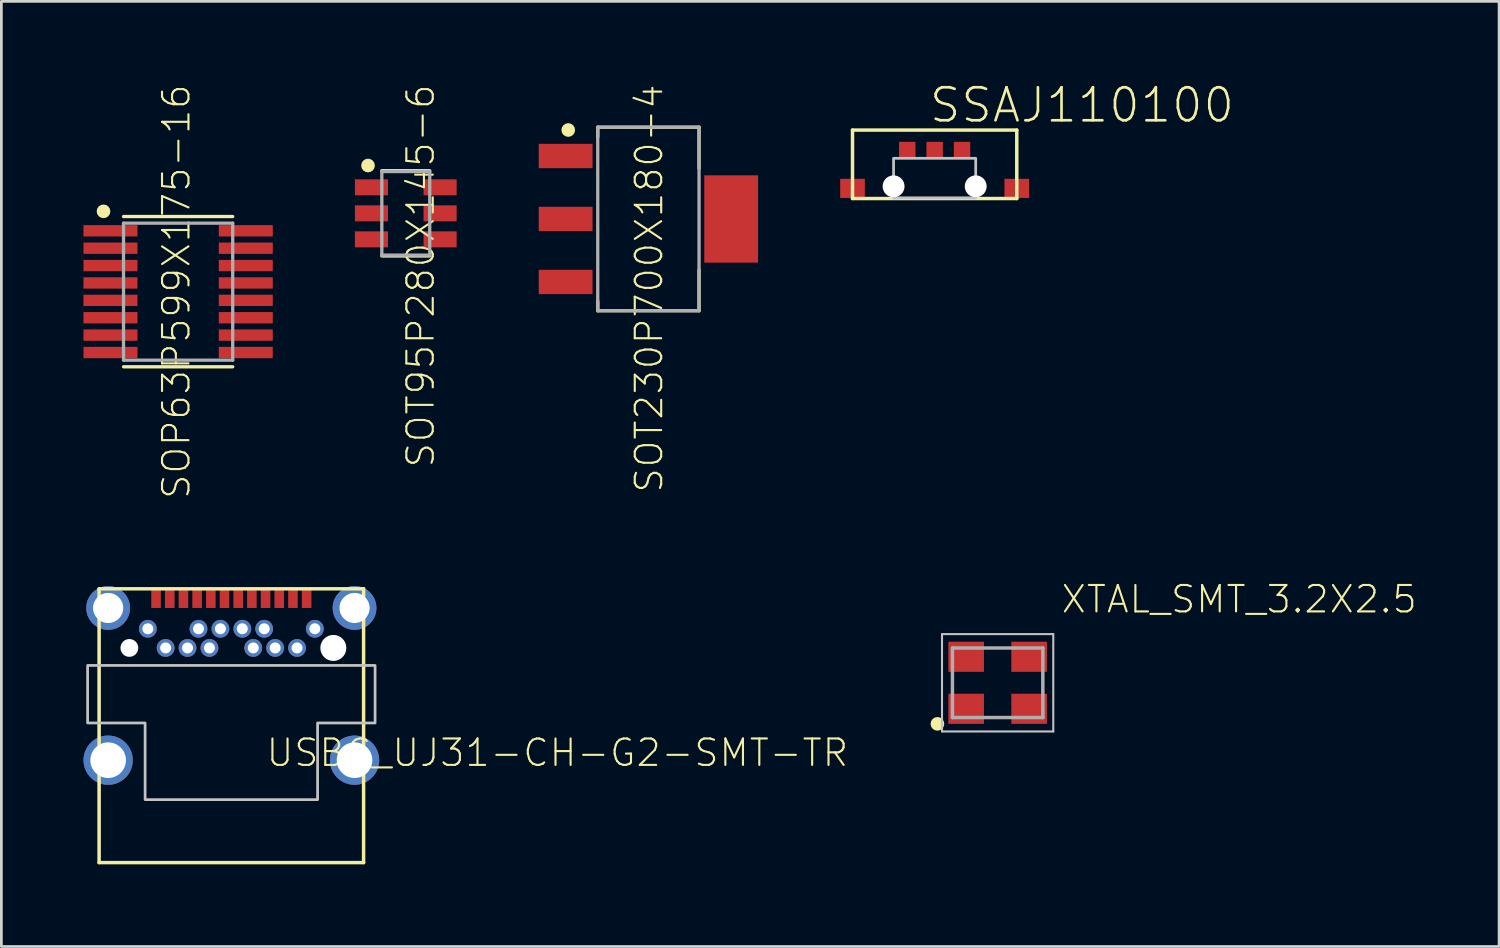
<source format=kicad_pcb>
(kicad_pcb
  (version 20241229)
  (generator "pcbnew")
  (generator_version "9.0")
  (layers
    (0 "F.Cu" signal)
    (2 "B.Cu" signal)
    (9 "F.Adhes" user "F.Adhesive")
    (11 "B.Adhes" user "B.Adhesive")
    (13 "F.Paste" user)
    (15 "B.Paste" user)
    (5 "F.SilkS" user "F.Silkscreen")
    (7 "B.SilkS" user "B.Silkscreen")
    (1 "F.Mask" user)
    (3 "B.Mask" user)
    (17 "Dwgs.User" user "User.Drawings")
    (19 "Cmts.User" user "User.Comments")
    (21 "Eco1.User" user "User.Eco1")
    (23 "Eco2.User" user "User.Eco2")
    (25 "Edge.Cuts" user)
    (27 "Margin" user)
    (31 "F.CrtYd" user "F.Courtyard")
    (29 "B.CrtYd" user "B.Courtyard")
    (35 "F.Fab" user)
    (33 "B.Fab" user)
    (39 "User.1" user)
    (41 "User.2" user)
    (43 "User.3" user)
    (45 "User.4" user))
  (footprint "SOP63P599X175-16"
    (layer "F.Cu")
    (at 3.456 7.603)
    (property "Reference" "SOP63P599X175-16" (at 0.499 0 270) (layer "F.SilkS") (effects (font (size 0.965 0.965) (thickness 0.077)) (justify bottom)))
    (attr through_hole)
    (fp_line (start -1.994 -2.744) (end 1.994 -2.744) (stroke (width 0.12) (type solid)) (layer "F.SilkS"))
    (fp_line (start -1.994 2.744) (end 1.994 2.744) (stroke (width 0.12) (type solid)) (layer "F.SilkS"))
    (fp_circle (center -2.725 -2.934) (end -2.6 -2.934) (stroke (width 0.25) (type solid)) (fill no) (layer "F.SilkS"))
    (fp_line (start -1.994 -2.502) (end 1.994 -2.502) (stroke (width 0.12) (type solid)) (layer "F.Fab"))
    (fp_line (start -1.994 2.502) (end -1.994 -2.502) (stroke (width 0.12) (type solid)) (layer "F.Fab"))
    (fp_line (start 1.994 -2.502) (end 1.994 2.502) (stroke (width 0.12) (type solid)) (layer "F.Fab"))
    (fp_line (start 1.994 2.502) (end -1.994 2.502) (stroke (width 0.12) (type solid)) (layer "F.Fab"))
    (pad "1" smd rect (at -2.471 -2.223) (size 1.972 0.414) (layers "F.Cu" "F.Mask" "F.Paste"))
    (pad "2" smd rect (at -2.471 -1.587) (size 1.972 0.414) (layers "F.Cu" "F.Mask" "F.Paste"))
    (pad "3" smd rect (at -2.471 -0.953) (size 1.972 0.414) (layers "F.Cu" "F.Mask" "F.Paste"))
    (pad "4" smd rect (at -2.471 -0.318) (size 1.972 0.414) (layers "F.Cu" "F.Mask" "F.Paste"))
    (pad "5" smd rect (at -2.471 0.318) (size 1.972 0.414) (layers "F.Cu" "F.Mask" "F.Paste"))
    (pad "6" smd rect (at -2.471 0.953) (size 1.972 0.414) (layers "F.Cu" "F.Mask" "F.Paste"))
    (pad "7" smd rect (at -2.471 1.587) (size 1.972 0.414) (layers "F.Cu" "F.Mask" "F.Paste"))
    (pad "8" smd rect (at -2.471 2.223) (size 1.972 0.414) (layers "F.Cu" "F.Mask" "F.Paste"))
    (pad "9" smd rect (at 2.471 2.223) (size 1.972 0.414) (layers "F.Cu" "F.Mask" "F.Paste"))
    (pad "10" smd rect (at 2.471 1.587) (size 1.972 0.414) (layers "F.Cu" "F.Mask" "F.Paste"))
    (pad "11" smd rect (at 2.471 0.953) (size 1.972 0.414) (layers "F.Cu" "F.Mask" "F.Paste"))
    (pad "12" smd rect (at 2.471 0.318) (size 1.972 0.414) (layers "F.Cu" "F.Mask" "F.Paste"))
    (pad "13" smd rect (at 2.471 -0.318) (size 1.972 0.414) (layers "F.Cu" "F.Mask" "F.Paste"))
    (pad "14" smd rect (at 2.471 -0.953) (size 1.972 0.414) (layers "F.Cu" "F.Mask" "F.Paste"))
    (pad "15" smd rect (at 2.471 -1.587) (size 1.972 0.414) (layers "F.Cu" "F.Mask" "F.Paste"))
    (pad "16" smd rect (at 2.471 -2.223) (size 1.972 0.414) (layers "F.Cu" "F.Mask" "F.Paste")))
  (footprint "SOT230P700X180-4"
    (layer "F.Cu")
    (at 20.633 4.948)
    (property "Reference" "SOT230P700X180-4" (at 0.589 2.54 270) (layer "F.SilkS") (effects (font (size 0.965 0.965) (thickness 0.077)) (justify bottom)))
    (attr through_hole)
    (fp_line (start -1.85 -3.35) (end 1.85 -3.35) (stroke (width 0.12) (type solid)) (layer "F.SilkS"))
    (fp_line (start -1.85 -2.999) (end -1.85 -3.35) (stroke (width 0.12) (type solid)) (layer "F.SilkS"))
    (fp_line (start -1.85 2.999) (end -1.85 3.35) (stroke (width 0.12) (type solid)) (layer "F.SilkS"))
    (fp_line (start -1.85 3.35) (end 1.85 3.35) (stroke (width 0.12) (type solid)) (layer "F.SilkS"))
    (fp_line (start 1.85 -3.35) (end 1.85 -1.849) (stroke (width 0.12) (type solid)) (layer "F.SilkS"))
    (fp_line (start 1.85 3.35) (end 1.85 1.849) (stroke (width 0.12) (type solid)) (layer "F.SilkS"))
    (fp_circle (center -2.928 -3.249) (end -2.803 -3.249) (stroke (width 0.25) (type solid)) (fill no) (layer "F.SilkS"))
    (fp_line (start -1.85 -3.35) (end 1.85 -3.35) (stroke (width 0.12) (type solid)) (layer "F.Fab"))
    (fp_line (start -1.85 3.35) (end -1.85 -3.35) (stroke (width 0.12) (type solid)) (layer "F.Fab"))
    (fp_line (start 1.85 -3.35) (end 1.85 3.35) (stroke (width 0.12) (type solid)) (layer "F.Fab"))
    (fp_line (start 1.85 3.35) (end -1.85 3.35) (stroke (width 0.12) (type solid)) (layer "F.Fab"))
    (pad "1" smd rect (at -3.023 -2.3) (size 1.965 0.889) (layers "F.Cu" "F.Mask" "F.Paste"))
    (pad "2" smd rect (at -3.023 0) (size 1.965 0.889) (layers "F.Cu" "F.Mask" "F.Paste"))
    (pad "3" smd rect (at -3.023 2.3) (size 1.965 0.889) (layers "F.Cu" "F.Mask" "F.Paste"))
    (pad "4" smd rect (at 3.023 0) (size 1.965 3.189) (layers "F.Cu" "F.Mask" "F.Paste")))
  (footprint "USBC_UJ31-CH-G2-SMT-TR"
    (layer "F.Cu")
    (at 5.4 18.456)
    (property "Reference" "USBC_UJ31-CH-G2-SMT-TR" (at 1.22 6.554 180) (layer "F.SilkS") (effects (font (size 0.965 0.965) (thickness 0.077)) (justify left bottom)))
    (attr through_hole)
    (fp_line (start -4.83 0) (end 4.83 0) (stroke (width 0.127) (type solid)) (layer "F.SilkS"))
    (fp_line (start -4.83 10) (end -4.83 0) (stroke (width 0.127) (type solid)) (layer "F.SilkS"))
    (fp_line (start 4.83 0) (end 4.83 10) (stroke (width 0.127) (type solid)) (layer "F.SilkS"))
    (fp_line (start 4.83 10) (end -4.83 10) (stroke (width 0.127) (type solid)) (layer "F.SilkS"))
    (fp_poly (pts (xy -5.25 2.8) (xy 5.25 2.8) (xy 5.25 4.9) (xy 3.15 4.9) (xy 3.15 7.7) (xy -3.15 7.7) (xy -3.15 4.9) (xy -5.25 4.9)) (stroke (width 0.1) (type solid)) (fill no) (layer "Dwgs.User"))
    (pad "" np_thru_hole circle (at -3.725 2.16) (size 0.65 0.65) (drill 0.65) (layers "*.Cu" "*.Mask"))
    (pad "" np_thru_hole circle (at 3.725 2.16) (size 0.95 0.95) (drill 0.95) (layers "*.Cu" "*.Mask"))
    (pad "A1" smd rect (at -2.75 0.35) (size 0.35 0.7) (layers "F.Cu" "F.Mask" "F.Paste"))
    (pad "A2" smd rect (at -2.25 0.35) (size 0.35 0.7) (layers "F.Cu" "F.Mask" "F.Paste"))
    (pad "A3" smd rect (at -1.75 0.35) (size 0.35 0.7) (layers "F.Cu" "F.Mask" "F.Paste"))
    (pad "A4" smd rect (at -1.25 0.35) (size 0.35 0.7) (layers "F.Cu" "F.Mask" "F.Paste"))
    (pad "A5" smd rect (at -0.75 0.35) (size 0.35 0.7) (layers "F.Cu" "F.Mask" "F.Paste"))
    (pad "A6" smd rect (at -0.25 0.35) (size 0.35 0.7) (layers "F.Cu" "F.Mask" "F.Paste"))
    (pad "A7" smd rect (at 0.25 0.35) (size 0.35 0.7) (layers "F.Cu" "F.Mask" "F.Paste"))
    (pad "A8" smd rect (at 0.75 0.35) (size 0.35 0.7) (layers "F.Cu" "F.Mask" "F.Paste"))
    (pad "A9" smd rect (at 1.25 0.35) (size 0.35 0.7) (layers "F.Cu" "F.Mask" "F.Paste"))
    (pad "A10" smd rect (at 1.75 0.35) (size 0.35 0.7) (layers "F.Cu" "F.Mask" "F.Paste"))
    (pad "A11" smd rect (at 2.25 0.35) (size 0.35 0.7) (layers "F.Cu" "F.Mask" "F.Paste"))
    (pad "A12" smd rect (at 2.75 0.35) (size 0.35 0.7) (layers "F.Cu" "F.Mask" "F.Paste"))
    (pad "B1" thru_hole circle (at 3.05 1.46) (size 0.65 0.65) (drill 0.4) (layers "*.Cu" "*.Mask"))
    (pad "B2" thru_hole circle (at 2.4 2.16) (size 0.65 0.65) (drill 0.4) (layers "*.Cu" "*.Mask"))
    (pad "B3" thru_hole circle (at 1.6 2.16) (size 0.65 0.65) (drill 0.4) (layers "*.Cu" "*.Mask"))
    (pad "B4" thru_hole circle (at 1.2 1.46) (size 0.65 0.65) (drill 0.4) (layers "*.Cu" "*.Mask"))
    (pad "B5" thru_hole circle (at 0.8 2.16) (size 0.65 0.65) (drill 0.4) (layers "*.Cu" "*.Mask"))
    (pad "B6" thru_hole circle (at 0.4 1.46) (size 0.65 0.65) (drill 0.4) (layers "*.Cu" "*.Mask"))
    (pad "B7" thru_hole circle (at -0.4 1.46) (size 0.65 0.65) (drill 0.4) (layers "*.Cu" "*.Mask"))
    (pad "B8" thru_hole circle (at -0.8 2.16) (size 0.65 0.65) (drill 0.4) (layers "*.Cu" "*.Mask"))
    (pad "B9" thru_hole circle (at -1.2 1.46) (size 0.65 0.65) (drill 0.4) (layers "*.Cu" "*.Mask"))
    (pad "B10" thru_hole circle (at -1.6 2.16) (size 0.65 0.65) (drill 0.4) (layers "*.Cu" "*.Mask"))
    (pad "B11" thru_hole circle (at -2.4 2.16) (size 0.65 0.65) (drill 0.4) (layers "*.Cu" "*.Mask"))
    (pad "B12" thru_hole circle (at -3.05 1.46) (size 0.65 0.65) (drill 0.4) (layers "*.Cu" "*.Mask"))
    (pad "SHD$1" thru_hole circle (at -4.5 0.7 90) (size 1.6 1.6) (drill 1.1) (layers "*.Cu" "*.Mask"))
    (pad "SHD$2" thru_hole circle (at -4.5 6.26) (size 1.8 1.8) (drill 1.3) (layers "*.Cu" "*.Mask"))
    (pad "SHD$3" thru_hole circle (at 4.5 0.7 90) (size 1.6 1.6) (drill 1.1) (layers "*.Cu" "*.Mask"))
    (pad "SHD$4" thru_hole circle (at 4.5 6.26) (size 1.8 1.8) (drill 1.3) (layers "*.Cu" "*.Mask")))
  (footprint "SSAJ110100"
    (layer "F.Cu")
    (at 31.088 3.701)
    (property "Reference" "SSAJ110100" (at -0.254 -2.205 180) (layer "F.SilkS") (effects (font (size 1.206 1.206) (thickness 0.097)) (justify left bottom)))
    (attr through_hole)
    (fp_line (start -3 -2) (end 3 -2) (stroke (width 0.127) (type solid)) (layer "F.SilkS"))
    (fp_line (start -3 0.5) (end -3 -2) (stroke (width 0.127) (type solid)) (layer "F.SilkS"))
    (fp_line (start 3 -2) (end 3 0.5) (stroke (width 0.127) (type solid)) (layer "F.SilkS"))
    (fp_line (start 3 0.5) (end -3 0.5) (stroke (width 0.127) (type solid)) (layer "F.SilkS"))
    (fp_poly (pts (xy -1.5 0.48) (xy 1.5 0.48) (xy 1.5 -0.97) (xy -1.5 -0.97)) (stroke (width 0.1) (type solid)) (fill no) (layer "Dwgs.User"))
    (pad "" np_thru_hole circle (at -1.5 0.055) (size 0.8 0.8) (drill 0.8) (layers "*.Cu" "*.Mask"))
    (pad "" np_thru_hole circle (at 1.5 0.055) (size 0.8 0.8) (drill 0.8) (layers "*.Cu" "*.Mask"))
    (pad "1" smd rect (at 1 -1.27) (size 0.6 0.6) (layers "F.Cu" "F.Mask" "F.Paste"))
    (pad "2" smd rect (at -1 -1.27) (size 0.6 0.6) (layers "F.Cu" "F.Mask" "F.Paste"))
    (pad "C" smd rect (at 0 -1.27) (size 0.6 0.6) (layers "F.Cu" "F.Mask" "F.Paste"))
    (pad "NC1" smd rect (at -3 0.13) (size 0.9 0.7) (layers "F.Cu" "F.Mask" "F.Paste"))
    (pad "NC2" smd rect (at 3 0.13) (size 0.9 0.7) (layers "F.Cu" "F.Mask" "F.Paste")))
  (footprint "XTAL_SMT_3.2X2.5"
    (layer "F.Cu")
    (at 33.389 21.889)
    (property "Reference" "XTAL_SMT_3.2X2.5" (at 2.27 -2.486 0) (layer "F.SilkS") (effects (font (size 0.965 0.965) (thickness 0.077)) (justify left bottom)))
    (attr through_hole)
    (fp_circle (center -2.2 1.5) (end -2.075 1.5) (stroke (width 0.25) (type solid)) (fill no) (layer "F.SilkS"))
    (fp_line (start -2.032 -1.778) (end 2.032 -1.778) (stroke (width 0.076) (type solid)) (layer "Dwgs.User"))
    (fp_line (start -2.032 1.778) (end -2.032 -1.778) (stroke (width 0.076) (type solid)) (layer "Dwgs.User"))
    (fp_line (start 2.032 -1.778) (end 2.032 1.778) (stroke (width 0.076) (type solid)) (layer "Dwgs.User"))
    (fp_line (start 2.032 1.778) (end -2.032 1.778) (stroke (width 0.076) (type solid)) (layer "Dwgs.User"))
    (fp_line (start -1.651 -1.27) (end 1.651 -1.27) (stroke (width 0.127) (type solid)) (layer "F.Fab"))
    (fp_line (start -1.651 1.27) (end -1.651 -1.27) (stroke (width 0.127) (type solid)) (layer "F.Fab"))
    (fp_line (start 1.651 -1.27) (end 1.651 1.27) (stroke (width 0.127) (type solid)) (layer "F.Fab"))
    (fp_line (start 1.651 1.27) (end -1.651 1.27) (stroke (width 0.127) (type solid)) (layer "F.Fab"))
    (pad "1" smd rect (at -1.15 0.95) (size 1.3 1.1) (layers "F.Cu" "F.Mask" "F.Paste"))
    (pad "2" smd rect (at 1.15 0.95) (size 1.3 1.1) (layers "F.Cu" "F.Mask" "F.Paste"))
    (pad "3" smd rect (at 1.15 -0.95) (size 1.3 1.1) (layers "F.Cu" "F.Mask" "F.Paste"))
    (pad "4" smd rect (at -1.15 -0.95) (size 1.3 1.1) (layers "F.Cu" "F.Mask" "F.Paste")))
  (footprint "SOT95P280X145-6"
    (layer "F.Cu")
    (at 11.771 4.742)
    (property "Reference" "SOT95P280X145-6" (at 1.107 2.286 270) (layer "F.SilkS") (effects (font (size 0.965 0.965) (thickness 0.077)) (justify bottom)))
    (attr through_hole)
    (fp_line (start -0.875 -1.556) (end 0.875 -1.556) (stroke (width 0.12) (type solid)) (layer "F.SilkS"))
    (fp_line (start -0.875 1.556) (end 0.875 1.556) (stroke (width 0.12) (type solid)) (layer "F.SilkS"))
    (fp_circle (center -1.379 -1.746) (end -1.254 -1.746) (stroke (width 0.25) (type solid)) (fill no) (layer "F.SilkS"))
    (fp_line (start -0.875 -1.525) (end 0.875 -1.525) (stroke (width 0.12) (type solid)) (layer "F.Fab"))
    (fp_line (start -0.875 1.525) (end -0.875 -1.525) (stroke (width 0.12) (type solid)) (layer "F.Fab"))
    (fp_line (start 0.875 -1.525) (end 0.875 1.525) (stroke (width 0.12) (type solid)) (layer "F.Fab"))
    (fp_line (start 0.875 1.525) (end -0.875 1.525) (stroke (width 0.12) (type solid)) (layer "F.Fab"))
    (pad "1" smd rect (at -1.253 -0.95) (size 1.209 0.584) (layers "F.Cu" "F.Mask" "F.Paste"))
    (pad "2" smd rect (at -1.253 0) (size 1.209 0.584) (layers "F.Cu" "F.Mask" "F.Paste"))
    (pad "3" smd rect (at -1.253 0.95) (size 1.209 0.584) (layers "F.Cu" "F.Mask" "F.Paste"))
    (pad "4" smd rect (at 1.253 0.95) (size 1.209 0.584) (layers "F.Cu" "F.Mask" "F.Paste"))
    (pad "5" smd rect (at 1.253 0) (size 1.209 0.584) (layers "F.Cu" "F.Mask" "F.Paste"))
    (pad "6" smd rect (at 1.253 -0.95) (size 1.209 0.584) (layers "F.Cu" "F.Mask" "F.Paste")))
  (gr_rect
    (start -3 -3)
    (end 51.705 31.52)
    (stroke (width 0.1) (type default))
    (fill no)
    (layer "Edge.Cuts")))
</source>
